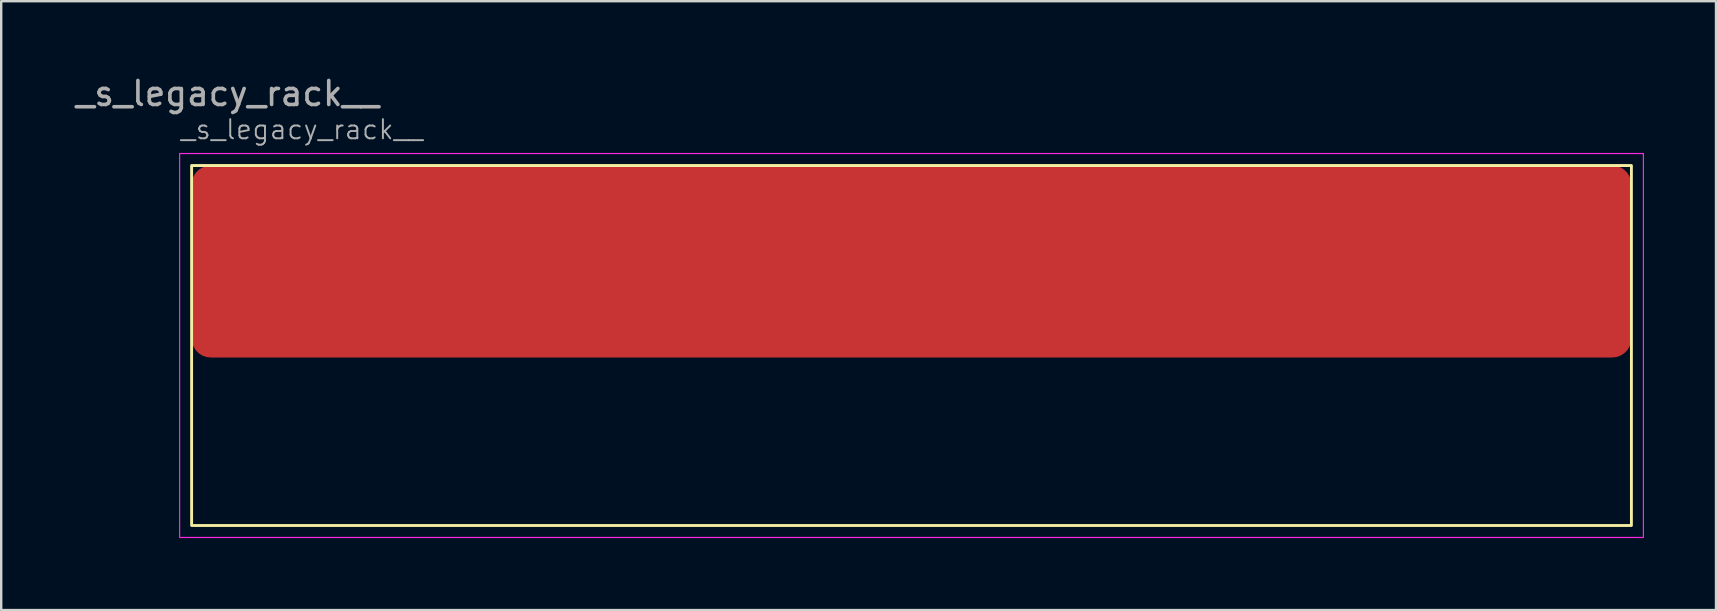
<source format=kicad_pcb>
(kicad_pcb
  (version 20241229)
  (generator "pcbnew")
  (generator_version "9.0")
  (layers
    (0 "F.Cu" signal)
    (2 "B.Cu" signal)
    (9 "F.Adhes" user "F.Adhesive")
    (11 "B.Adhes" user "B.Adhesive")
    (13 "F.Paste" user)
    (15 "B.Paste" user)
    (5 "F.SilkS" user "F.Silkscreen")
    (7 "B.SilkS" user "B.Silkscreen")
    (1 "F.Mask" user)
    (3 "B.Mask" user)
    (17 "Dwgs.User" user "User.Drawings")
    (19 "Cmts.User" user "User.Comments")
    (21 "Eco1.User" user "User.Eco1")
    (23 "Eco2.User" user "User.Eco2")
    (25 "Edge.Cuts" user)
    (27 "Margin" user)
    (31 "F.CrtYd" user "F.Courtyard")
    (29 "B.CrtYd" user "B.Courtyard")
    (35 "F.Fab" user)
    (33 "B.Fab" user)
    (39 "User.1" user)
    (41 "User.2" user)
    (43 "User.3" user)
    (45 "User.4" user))
  (footprint "_s_legacy_rack__"
    (layer "F.Cu")
    (at 4.935 3.848)
    (property "Reference" "_s_legacy_rack__" (at -0.5 -1.5 0) (unlocked yes) (layer "F.Fab") (effects (font (size 0.8 0.8) (thickness 0.08)) (justify left)))
    (attr smd)
    (fp_rect (start 0 0) (end 60 15) (stroke (width 0.12) (type solid)) (fill no) (layer "F.SilkS"))
    (fp_rect (start -0.5 -0.5) (end 60.5 15.5) (stroke (width 0.05) (type solid)) (fill no) (layer "F.CrtYd"))
    (fp_text user "${REFERENCE}" (at 1.5 -3 0) (unlocked yes) (layer "F.Fab") (effects (font (size 1 1) (thickness 0.15))))
    (pad "1" smd roundrect (at 30 4) (size 60 8) (layers "F.Cu" "F.Mask" "F.Paste") (roundrect_rratio 0.1)))
  (gr_rect
    (start -3 -3)
    (end 68.46 22.373)
    (stroke (width 0.1) (type default))
    (fill no)
    (layer "Edge.Cuts")))
</source>
